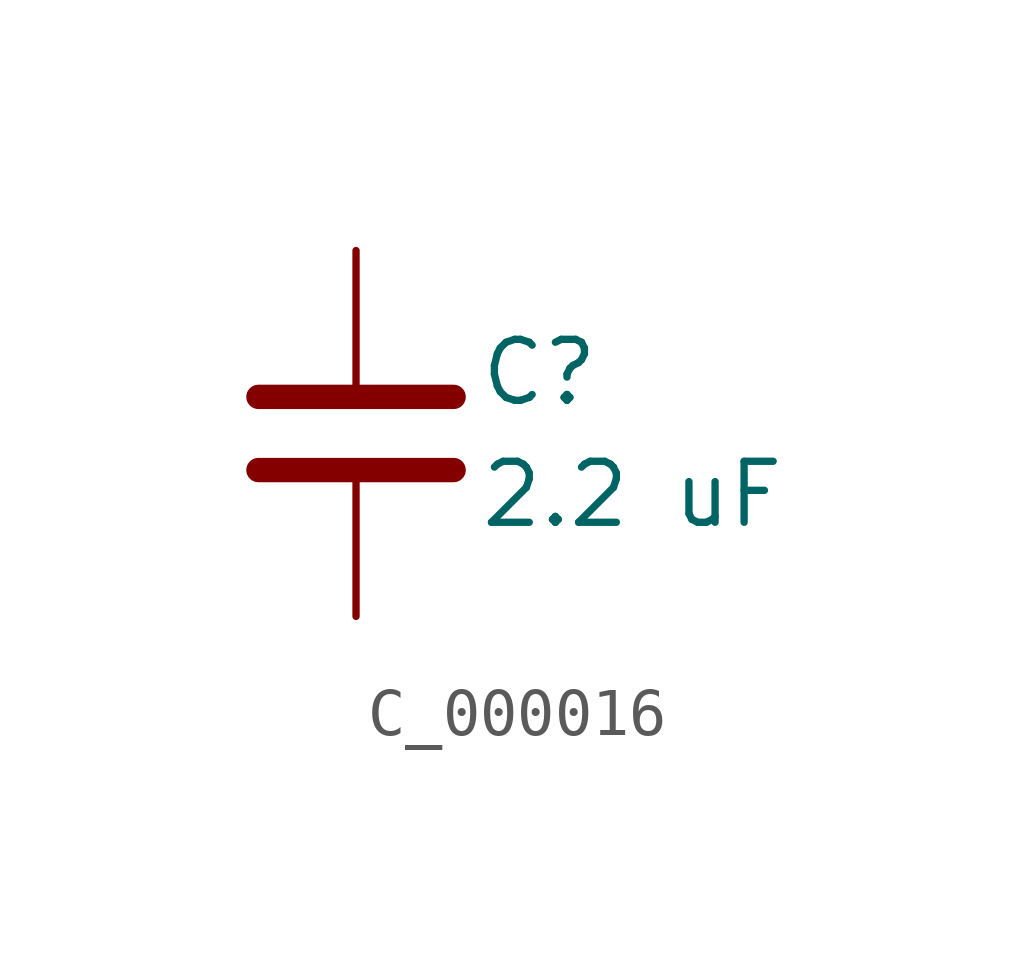
<source format=kicad_sym>
(kicad_symbol_lib
  (version 20231120)
  (generator "kicad_symbol_editor")
  (generator_version "8.0")
  (symbol "C_000016"
    (pin_numbers hide)
    (pin_names
      (offset 0.254))
    (property "Reference" "C"
      (at 2.54 1.27 0)
      (effects (font (size 1.27 1.27)) (justify left)))
    (property "Value" "2.2 uF "
      (at 2.54 -1.27 0)
      (effects (font (size 1.27 1.27)) (justify left)))
    (symbol "C_000016_0_1"
      (polyline (pts (xy -2.032 -0.762) (xy 2.032 -0.762)) (stroke (width 0.508) (type default)) (fill (type none)))
      (polyline (pts (xy -2.032 0.762) (xy 2.032 0.762)) (stroke (width 0.508) (type default)) (fill (type none))))
    (symbol "C_000016_1_1"
      (pin passive line (at 0 3.81 270) (length 2.794) (name "~" (effects (font (size 1.27 1.27)))) (number "1" (effects (font (size 1.27 1.27)))))
      (pin passive line (at 0 -3.81 90) (length 2.794) (name "~" (effects (font (size 1.27 1.27)))) (number "2" (effects (font (size 1.27 1.27))))))))
</source>
